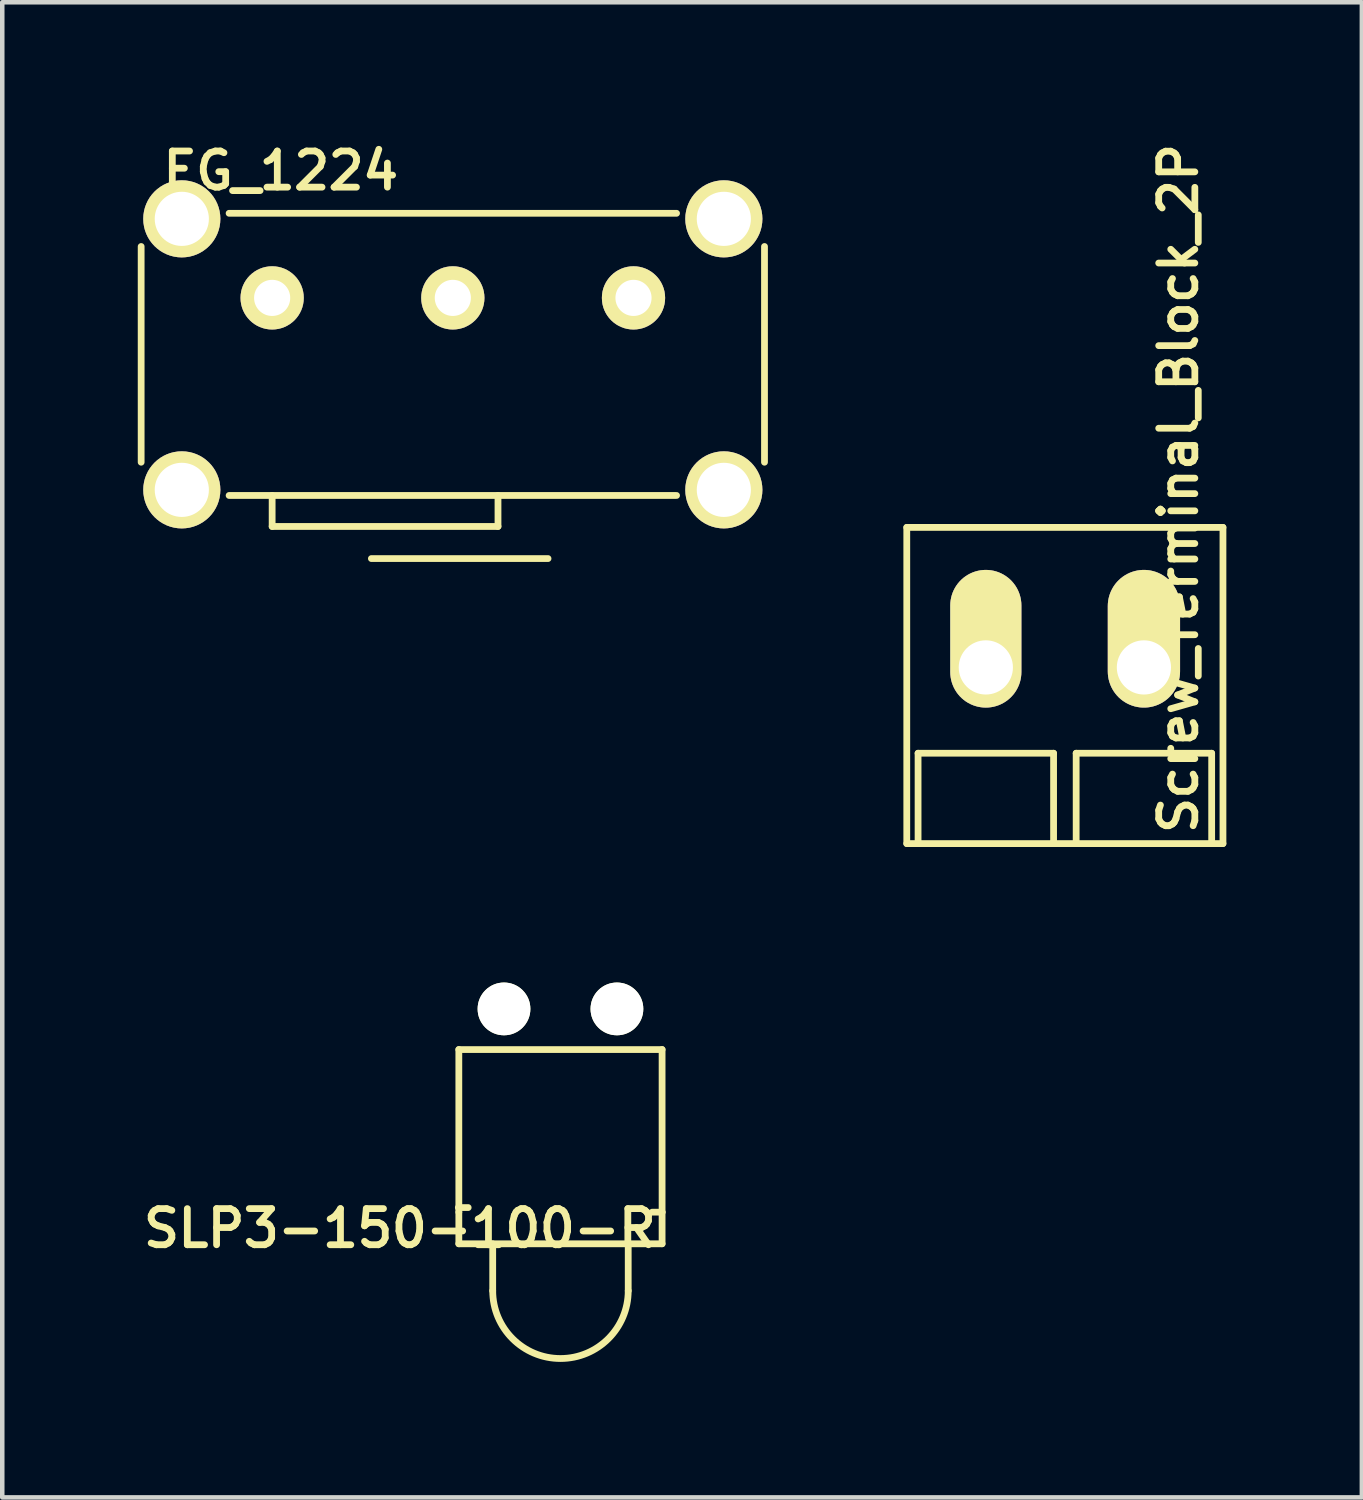
<source format=kicad_pcb>
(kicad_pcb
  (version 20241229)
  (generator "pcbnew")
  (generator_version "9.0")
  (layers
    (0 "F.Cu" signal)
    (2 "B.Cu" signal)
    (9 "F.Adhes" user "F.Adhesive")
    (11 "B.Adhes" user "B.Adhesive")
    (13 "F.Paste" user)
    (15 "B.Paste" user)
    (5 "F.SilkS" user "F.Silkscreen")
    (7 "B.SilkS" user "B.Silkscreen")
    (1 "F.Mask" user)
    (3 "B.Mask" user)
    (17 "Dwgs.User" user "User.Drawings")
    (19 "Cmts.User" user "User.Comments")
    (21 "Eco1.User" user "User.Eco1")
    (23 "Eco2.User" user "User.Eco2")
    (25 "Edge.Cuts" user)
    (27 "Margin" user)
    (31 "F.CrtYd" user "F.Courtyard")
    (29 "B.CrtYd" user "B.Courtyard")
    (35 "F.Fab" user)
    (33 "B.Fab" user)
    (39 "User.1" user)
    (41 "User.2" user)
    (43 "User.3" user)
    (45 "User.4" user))
  (footprint "Screw_Terminal_Block_2P"
    (layer "F.Cu")
    (at 20.525 11.726)
    (property "Reference" "Screw_Terminal_Block_2P" (at 2.515 -3.962 270) (layer "F.SilkS") (effects (font (size 0.8 0.8) (thickness 0.15))))
    (attr through_hole)
    (fp_line (start -3.5 -3.1) (end 3.5 -3.1) (stroke (width 0.15) (type solid)) (layer "F.SilkS"))
    (fp_line (start -3.5 3.9) (end -3.5 -3.1) (stroke (width 0.15) (type solid)) (layer "F.SilkS"))
    (fp_line (start -3.25 1.9) (end -0.25 1.9) (stroke (width 0.15) (type solid)) (layer "F.SilkS"))
    (fp_line (start -3.25 3.9) (end -3.25 1.9) (stroke (width 0.15) (type solid)) (layer "F.SilkS"))
    (fp_line (start -0.25 1.9) (end -0.25 3.9) (stroke (width 0.15) (type solid)) (layer "F.SilkS"))
    (fp_line (start 0.25 1.9) (end 3.25 1.9) (stroke (width 0.15) (type solid)) (layer "F.SilkS"))
    (fp_line (start 0.25 3.9) (end 0.25 1.9) (stroke (width 0.15) (type solid)) (layer "F.SilkS"))
    (fp_line (start 3.25 1.9) (end 3.25 3.9) (stroke (width 0.15) (type solid)) (layer "F.SilkS"))
    (fp_line (start 3.5 -3.1) (end 3.5 3.9) (stroke (width 0.15) (type solid)) (layer "F.SilkS"))
    (fp_line (start 3.5 3.9) (end -3.5 3.9) (stroke (width 0.15) (type solid)) (layer "F.SilkS"))
    (pad "1" thru_hole oval (at -1.75 0) (size 1.575 3.048) (drill 1.2 (offset 0 -0.635)) (layers "*.Cu" "*.Mask" "F.SilkS"))
    (pad "2" thru_hole oval (at 1.75 0) (size 1.6 3.048) (drill 1.2 (offset 0 -0.635)) (layers "*.Cu" "*.Mask" "F.SilkS")))
  (footprint "SLP3-150-100-R"
    (layer "F.Cu")
    (at 9.358 21.986)
    (property "Reference" "SLP3-150-100-R" (at -3.556 2.159 0) (layer "F.SilkS") (effects (font (size 0.8 0.8) (thickness 0.15))))
    (attr through_hole)
    (fp_line (start -2.25 -1.8) (end 2.25 -1.8) (stroke (width 0.15) (type solid)) (layer "F.SilkS"))
    (fp_line (start -2.25 1.8) (end -2.25 -1.8) (stroke (width 0.15) (type solid)) (layer "F.SilkS"))
    (fp_line (start -2.25 1.8) (end -2.25 2.5) (stroke (width 0.15) (type solid)) (layer "F.SilkS"))
    (fp_line (start -2.25 2.5) (end 2.25 2.5) (stroke (width 0.15) (type solid)) (layer "F.SilkS"))
    (fp_line (start -2.043 1.698) (end -2.261 1.698) (stroke (width 0.15) (type solid)) (layer "F.SilkS"))
    (fp_line (start -1.5 3.54) (end -1.5 2.5) (stroke (width 0.15) (type solid)) (layer "F.SilkS"))
    (fp_line (start 1.5 3.54) (end 1.5 2.5) (stroke (width 0.15) (type solid)) (layer "F.SilkS"))
    (fp_line (start 2.25 -1.8) (end 2.25 1.8) (stroke (width 0.15) (type solid)) (layer "F.SilkS"))
    (fp_line (start 2.25 1.8) (end 2.032 1.8) (stroke (width 0.15) (type solid)) (layer "F.SilkS"))
    (fp_line (start 2.25 2.5) (end 2.25 1.8) (stroke (width 0.15) (type solid)) (layer "F.SilkS"))
    (fp_arc (start 1.5 3.54) (mid 0 5.04) (end -1.5 3.54) (stroke (width 0.14986) (type solid)) (layer "F.SilkS"))
    (pad "" np_thru_hole circle (at -1.25 -2.7) (size 1.168 1.168) (drill 1.168) (layers "*.Cu" "*.Mask" "F.SilkS"))
    (pad "" np_thru_hole circle (at 1.25 -2.7) (size 1.168 1.168) (drill 1.168) (layers "*.Cu" "*.Mask" "F.SilkS")))
  (footprint "EG_1224"
    (layer "F.Cu")
    (at 6.975 4.795)
    (property "Reference" "EG_1224" (at -3.81 -4.064 0) (layer "F.SilkS") (effects (font (size 0.8 0.8) (thickness 0.15))))
    (attr through_hole)
    (fp_line (start -6.9 2.388) (end -6.9 -2.388) (stroke (width 0.15) (type solid)) (layer "F.SilkS"))
    (fp_line (start -4.953 -3.123) (end 4.953 -3.123) (stroke (width 0.15) (type solid)) (layer "F.SilkS"))
    (fp_line (start -4 3.124) (end -4 3.81) (stroke (width 0.15) (type solid)) (layer "F.SilkS"))
    (fp_line (start -4 3.81) (end 1 3.81) (stroke (width 0.15) (type solid)) (layer "F.SilkS"))
    (fp_line (start -1.803 4.521) (end 2.108 4.521) (stroke (width 0.15) (type solid)) (layer "F.SilkS"))
    (fp_line (start 1 3.124) (end 1 3.81) (stroke (width 0.15) (type solid)) (layer "F.SilkS"))
    (fp_line (start 4.953 3.124) (end -4.953 3.124) (stroke (width 0.15) (type solid)) (layer "F.SilkS"))
    (fp_line (start 6.9 -2.388) (end 6.9 2.388) (stroke (width 0.15) (type solid)) (layer "F.SilkS"))
    (pad "" thru_hole circle (at -6 -3) (size 1.707 1.707) (drill 1.199) (layers "*.Cu" "*.Mask" "F.SilkS"))
    (pad "" thru_hole circle (at -6 3) (size 1.707 1.707) (drill 1.199) (layers "*.Cu" "*.Mask" "F.SilkS"))
    (pad "" thru_hole circle (at 6 -3) (size 1.707 1.707) (drill 1.199) (layers "*.Cu" "*.Mask" "F.SilkS"))
    (pad "" thru_hole circle (at 6 3) (size 1.707 1.707) (drill 1.199) (layers "*.Cu" "*.Mask" "F.SilkS"))
    (pad "1" thru_hole circle (at -4 -1.25) (size 1.4 1.4) (drill 0.8) (layers "*.Cu" "*.Mask" "F.SilkS"))
    (pad "2" thru_hole circle (at 0 -1.25) (size 1.4 1.4) (drill 0.8) (layers "*.Cu" "*.Mask" "F.SilkS"))
    (pad "3" thru_hole circle (at 4 -1.25) (size 1.4 1.4) (drill 0.8) (layers "*.Cu" "*.Mask" "F.SilkS")))
  (gr_rect
    (start -3 -3)
    (end 27.1 30.101)
    (stroke (width 0.1) (type default))
    (fill no)
    (layer "Edge.Cuts")))
</source>
